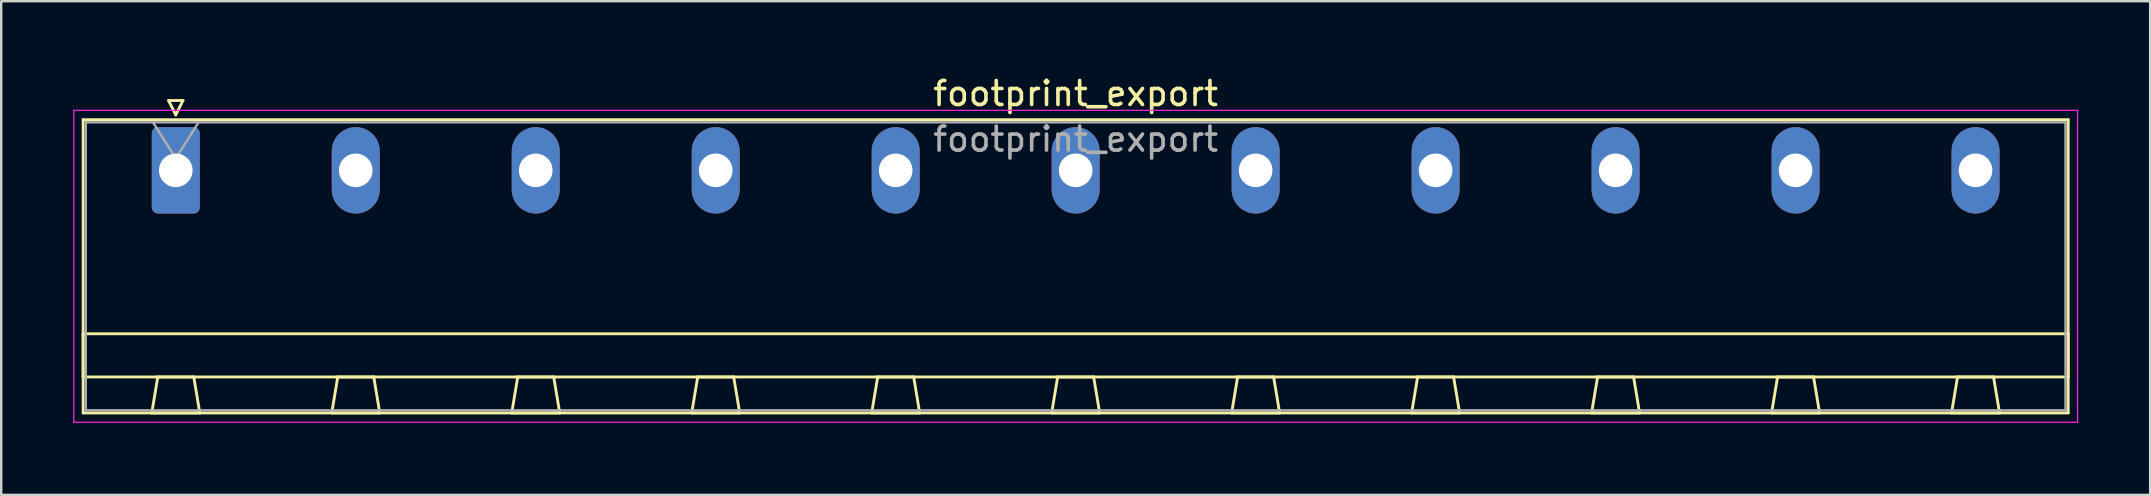
<source format=kicad_pcb>
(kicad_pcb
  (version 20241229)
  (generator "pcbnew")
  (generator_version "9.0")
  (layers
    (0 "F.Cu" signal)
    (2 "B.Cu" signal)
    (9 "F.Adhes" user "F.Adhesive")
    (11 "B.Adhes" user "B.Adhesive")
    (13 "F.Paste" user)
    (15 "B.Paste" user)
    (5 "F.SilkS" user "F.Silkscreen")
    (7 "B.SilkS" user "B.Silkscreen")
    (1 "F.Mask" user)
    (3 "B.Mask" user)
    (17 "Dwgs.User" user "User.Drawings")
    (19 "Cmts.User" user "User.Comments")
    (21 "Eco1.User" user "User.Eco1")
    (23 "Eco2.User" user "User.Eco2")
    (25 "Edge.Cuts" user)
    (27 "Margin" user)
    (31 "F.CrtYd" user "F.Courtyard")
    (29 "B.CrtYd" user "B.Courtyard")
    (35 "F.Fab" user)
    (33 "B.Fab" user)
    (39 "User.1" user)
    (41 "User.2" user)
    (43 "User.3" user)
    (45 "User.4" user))
  (footprint "footprint_export"
    (layer "F.Cu")
    (at 4.275 4.048)
    (property "Reference" "footprint_export" (at 37.5 -3.2 0) (layer "F.SilkS") (effects (font (size 1 1) (thickness 0.15))))
    (attr through_hole)
    (fp_line (start -3.86 -2.11) (end -3.86 10.11) (stroke (width 0.12) (type solid)) (layer "F.SilkS"))
    (fp_line (start -3.86 6.81) (end 78.86 6.81) (stroke (width 0.12) (type solid)) (layer "F.SilkS"))
    (fp_line (start -3.86 8.61) (end -3.86 6.81) (stroke (width 0.12) (type solid)) (layer "F.SilkS"))
    (fp_line (start -3.86 10.11) (end 78.86 10.11) (stroke (width 0.12) (type solid)) (layer "F.SilkS"))
    (fp_line (start -1 10.11) (end 1 10.11) (stroke (width 0.12) (type solid)) (layer "F.SilkS"))
    (fp_line (start -0.75 8.61) (end -1 10.11) (stroke (width 0.12) (type solid)) (layer "F.SilkS"))
    (fp_line (start -0.3 -2.91) (end 0.3 -2.91) (stroke (width 0.12) (type solid)) (layer "F.SilkS"))
    (fp_line (start 0 -2.31) (end -0.3 -2.91) (stroke (width 0.12) (type solid)) (layer "F.SilkS"))
    (fp_line (start 0.3 -2.91) (end 0 -2.31) (stroke (width 0.12) (type solid)) (layer "F.SilkS"))
    (fp_line (start 0.75 8.61) (end -0.75 8.61) (stroke (width 0.12) (type solid)) (layer "F.SilkS"))
    (fp_line (start 1 10.11) (end 0.75 8.61) (stroke (width 0.12) (type solid)) (layer "F.SilkS"))
    (fp_line (start 6.5 10.11) (end 8.5 10.11) (stroke (width 0.12) (type solid)) (layer "F.SilkS"))
    (fp_line (start 6.75 8.61) (end 6.5 10.11) (stroke (width 0.12) (type solid)) (layer "F.SilkS"))
    (fp_line (start 8.25 8.61) (end 6.75 8.61) (stroke (width 0.12) (type solid)) (layer "F.SilkS"))
    (fp_line (start 8.5 10.11) (end 8.25 8.61) (stroke (width 0.12) (type solid)) (layer "F.SilkS"))
    (fp_line (start 14 10.11) (end 16 10.11) (stroke (width 0.12) (type solid)) (layer "F.SilkS"))
    (fp_line (start 14.25 8.61) (end 14 10.11) (stroke (width 0.12) (type solid)) (layer "F.SilkS"))
    (fp_line (start 15.75 8.61) (end 14.25 8.61) (stroke (width 0.12) (type solid)) (layer "F.SilkS"))
    (fp_line (start 16 10.11) (end 15.75 8.61) (stroke (width 0.12) (type solid)) (layer "F.SilkS"))
    (fp_line (start 21.5 10.11) (end 23.5 10.11) (stroke (width 0.12) (type solid)) (layer "F.SilkS"))
    (fp_line (start 21.75 8.61) (end 21.5 10.11) (stroke (width 0.12) (type solid)) (layer "F.SilkS"))
    (fp_line (start 23.25 8.61) (end 21.75 8.61) (stroke (width 0.12) (type solid)) (layer "F.SilkS"))
    (fp_line (start 23.5 10.11) (end 23.25 8.61) (stroke (width 0.12) (type solid)) (layer "F.SilkS"))
    (fp_line (start 29 10.11) (end 31 10.11) (stroke (width 0.12) (type solid)) (layer "F.SilkS"))
    (fp_line (start 29.25 8.61) (end 29 10.11) (stroke (width 0.12) (type solid)) (layer "F.SilkS"))
    (fp_line (start 30.75 8.61) (end 29.25 8.61) (stroke (width 0.12) (type solid)) (layer "F.SilkS"))
    (fp_line (start 31 10.11) (end 30.75 8.61) (stroke (width 0.12) (type solid)) (layer "F.SilkS"))
    (fp_line (start 36.5 10.11) (end 38.5 10.11) (stroke (width 0.12) (type solid)) (layer "F.SilkS"))
    (fp_line (start 36.75 8.61) (end 36.5 10.11) (stroke (width 0.12) (type solid)) (layer "F.SilkS"))
    (fp_line (start 38.25 8.61) (end 36.75 8.61) (stroke (width 0.12) (type solid)) (layer "F.SilkS"))
    (fp_line (start 38.5 10.11) (end 38.25 8.61) (stroke (width 0.12) (type solid)) (layer "F.SilkS"))
    (fp_line (start 44 10.11) (end 46 10.11) (stroke (width 0.12) (type solid)) (layer "F.SilkS"))
    (fp_line (start 44.25 8.61) (end 44 10.11) (stroke (width 0.12) (type solid)) (layer "F.SilkS"))
    (fp_line (start 45.75 8.61) (end 44.25 8.61) (stroke (width 0.12) (type solid)) (layer "F.SilkS"))
    (fp_line (start 46 10.11) (end 45.75 8.61) (stroke (width 0.12) (type solid)) (layer "F.SilkS"))
    (fp_line (start 51.5 10.11) (end 53.5 10.11) (stroke (width 0.12) (type solid)) (layer "F.SilkS"))
    (fp_line (start 51.75 8.61) (end 51.5 10.11) (stroke (width 0.12) (type solid)) (layer "F.SilkS"))
    (fp_line (start 53.25 8.61) (end 51.75 8.61) (stroke (width 0.12) (type solid)) (layer "F.SilkS"))
    (fp_line (start 53.5 10.11) (end 53.25 8.61) (stroke (width 0.12) (type solid)) (layer "F.SilkS"))
    (fp_line (start 59 10.11) (end 61 10.11) (stroke (width 0.12) (type solid)) (layer "F.SilkS"))
    (fp_line (start 59.25 8.61) (end 59 10.11) (stroke (width 0.12) (type solid)) (layer "F.SilkS"))
    (fp_line (start 60.75 8.61) (end 59.25 8.61) (stroke (width 0.12) (type solid)) (layer "F.SilkS"))
    (fp_line (start 61 10.11) (end 60.75 8.61) (stroke (width 0.12) (type solid)) (layer "F.SilkS"))
    (fp_line (start 66.5 10.11) (end 68.5 10.11) (stroke (width 0.12) (type solid)) (layer "F.SilkS"))
    (fp_line (start 66.75 8.61) (end 66.5 10.11) (stroke (width 0.12) (type solid)) (layer "F.SilkS"))
    (fp_line (start 68.25 8.61) (end 66.75 8.61) (stroke (width 0.12) (type solid)) (layer "F.SilkS"))
    (fp_line (start 68.5 10.11) (end 68.25 8.61) (stroke (width 0.12) (type solid)) (layer "F.SilkS"))
    (fp_line (start 74 10.11) (end 76 10.11) (stroke (width 0.12) (type solid)) (layer "F.SilkS"))
    (fp_line (start 74.25 8.61) (end 74 10.11) (stroke (width 0.12) (type solid)) (layer "F.SilkS"))
    (fp_line (start 75.75 8.61) (end 74.25 8.61) (stroke (width 0.12) (type solid)) (layer "F.SilkS"))
    (fp_line (start 76 10.11) (end 75.75 8.61) (stroke (width 0.12) (type solid)) (layer "F.SilkS"))
    (fp_line (start 78.86 -2.11) (end -3.86 -2.11) (stroke (width 0.12) (type solid)) (layer "F.SilkS"))
    (fp_line (start 78.86 6.81) (end 78.86 8.61) (stroke (width 0.12) (type solid)) (layer "F.SilkS"))
    (fp_line (start 78.86 8.61) (end -3.86 8.61) (stroke (width 0.12) (type solid)) (layer "F.SilkS"))
    (fp_line (start 78.86 10.11) (end 78.86 -2.11) (stroke (width 0.12) (type solid)) (layer "F.SilkS"))
    (fp_line (start -4.25 -2.5) (end -4.25 10.5) (stroke (width 0.05) (type solid)) (layer "F.CrtYd"))
    (fp_line (start -4.25 10.5) (end 79.25 10.5) (stroke (width 0.05) (type solid)) (layer "F.CrtYd"))
    (fp_line (start 79.25 -2.5) (end -4.25 -2.5) (stroke (width 0.05) (type solid)) (layer "F.CrtYd"))
    (fp_line (start 79.25 10.5) (end 79.25 -2.5) (stroke (width 0.05) (type solid)) (layer "F.CrtYd"))
    (fp_line (start -3.75 -2) (end -3.75 10) (stroke (width 0.1) (type solid)) (layer "F.Fab"))
    (fp_line (start -3.75 10) (end 78.75 10) (stroke (width 0.1) (type solid)) (layer "F.Fab"))
    (fp_line (start 0 -0.5) (end -0.95 -2) (stroke (width 0.1) (type solid)) (layer "F.Fab"))
    (fp_line (start 0.95 -2) (end 0 -0.5) (stroke (width 0.1) (type solid)) (layer "F.Fab"))
    (fp_line (start 78.75 -2) (end -3.75 -2) (stroke (width 0.1) (type solid)) (layer "F.Fab"))
    (fp_line (start 78.75 10) (end 78.75 -2) (stroke (width 0.1) (type solid)) (layer "F.Fab"))
    (fp_text user "${REFERENCE}" (at 37.5 -1.3 0) (layer "F.Fab") (effects (font (size 1 1) (thickness 0.15))))
    (pad "1" thru_hole roundrect (at 0 0) (size 2 3.6) (drill 1.4) (layers "*.Cu" "*.Mask") (roundrect_rratio 0.125))
    (pad "2" thru_hole oval (at 7.5 0) (size 2 3.6) (drill 1.4) (layers "*.Cu" "*.Mask"))
    (pad "3" thru_hole oval (at 15 0) (size 2 3.6) (drill 1.4) (layers "*.Cu" "*.Mask"))
    (pad "4" thru_hole oval (at 22.5 0) (size 2 3.6) (drill 1.4) (layers "*.Cu" "*.Mask"))
    (pad "5" thru_hole oval (at 30 0) (size 2 3.6) (drill 1.4) (layers "*.Cu" "*.Mask"))
    (pad "6" thru_hole oval (at 37.5 0) (size 2 3.6) (drill 1.4) (layers "*.Cu" "*.Mask"))
    (pad "7" thru_hole oval (at 45 0) (size 2 3.6) (drill 1.4) (layers "*.Cu" "*.Mask"))
    (pad "8" thru_hole oval (at 52.5 0) (size 2 3.6) (drill 1.4) (layers "*.Cu" "*.Mask"))
    (pad "9" thru_hole oval (at 60 0) (size 2 3.6) (drill 1.4) (layers "*.Cu" "*.Mask"))
    (pad "10" thru_hole oval (at 67.5 0) (size 2 3.6) (drill 1.4) (layers "*.Cu" "*.Mask"))
    (pad "11" thru_hole oval (at 75 0) (size 2 3.6) (drill 1.4) (layers "*.Cu" "*.Mask")))
  (gr_rect
    (start -3 -3)
    (end 86.55 17.573)
    (stroke (width 0.1) (type default))
    (fill no)
    (layer "Edge.Cuts")))
</source>
